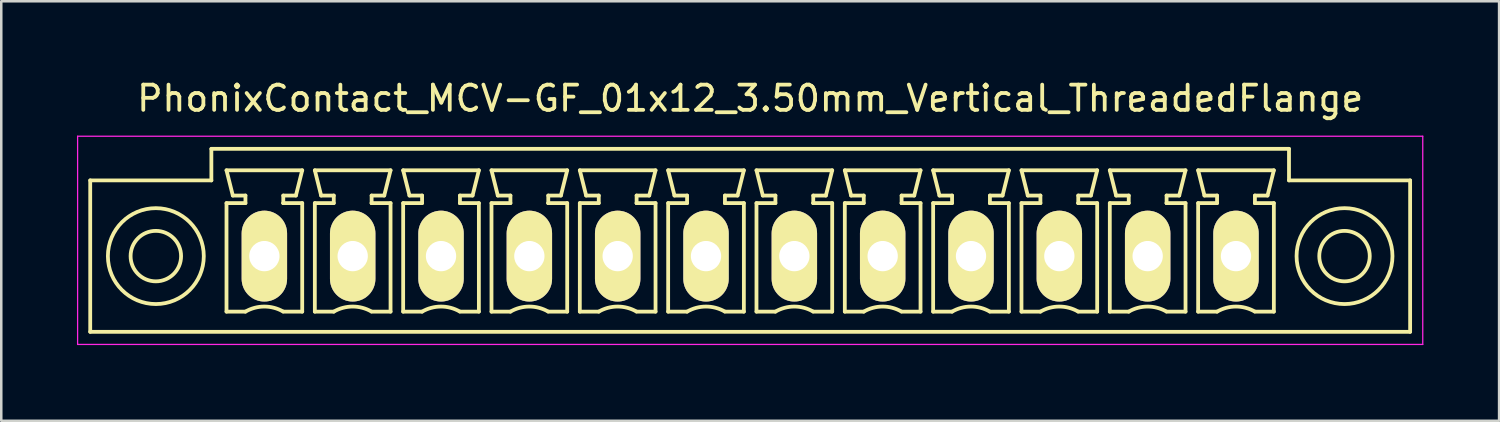
<source format=kicad_pcb>
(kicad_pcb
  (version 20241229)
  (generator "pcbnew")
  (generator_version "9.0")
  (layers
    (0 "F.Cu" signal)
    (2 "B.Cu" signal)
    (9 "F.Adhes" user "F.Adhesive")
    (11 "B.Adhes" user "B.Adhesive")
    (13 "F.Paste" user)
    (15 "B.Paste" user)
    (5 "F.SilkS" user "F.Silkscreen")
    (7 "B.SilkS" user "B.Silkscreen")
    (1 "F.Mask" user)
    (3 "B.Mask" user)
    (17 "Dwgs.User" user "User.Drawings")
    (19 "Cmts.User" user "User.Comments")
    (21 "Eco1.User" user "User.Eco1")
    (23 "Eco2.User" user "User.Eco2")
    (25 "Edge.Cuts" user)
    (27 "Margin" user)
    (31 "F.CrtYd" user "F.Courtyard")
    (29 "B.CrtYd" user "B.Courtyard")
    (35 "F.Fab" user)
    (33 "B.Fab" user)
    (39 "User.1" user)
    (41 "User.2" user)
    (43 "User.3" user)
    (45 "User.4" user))
  (footprint "PhonixContact_MCV-GF_01x12_3.50mm_Vertical_ThreadedFlange"
    (layer "F.Cu")
    (at 7.425 7.098)
    (property "Reference" "PhonixContact_MCV-GF_01x12_3.50mm_Vertical_ThreadedFlange" (at 19.25 -6.25 0) (layer "F.SilkS") (effects (font (size 1 1) (thickness 0.15))))
    (attr through_hole)
    (fp_line (start -6.9 -3) (end -6.9 3) (stroke (width 0.15) (type solid)) (layer "F.SilkS"))
    (fp_line (start -6.9 3) (end 45.4 3) (stroke (width 0.15) (type solid)) (layer "F.SilkS"))
    (fp_line (start -2.1 -4.25) (end -2.1 -3) (stroke (width 0.15) (type solid)) (layer "F.SilkS"))
    (fp_line (start -2.1 -3) (end -6.9 -3) (stroke (width 0.15) (type solid)) (layer "F.SilkS"))
    (fp_line (start -1.5 -3.4) (end 1.5 -3.4) (stroke (width 0.15) (type solid)) (layer "F.SilkS"))
    (fp_line (start -1.5 -2.1) (end -0.75 -2.1) (stroke (width 0.15) (type solid)) (layer "F.SilkS"))
    (fp_line (start -1.5 2.2) (end -1.5 -2.1) (stroke (width 0.15) (type solid)) (layer "F.SilkS"))
    (fp_line (start -1.25 -2.4) (end -1.5 -3.4) (stroke (width 0.15) (type solid)) (layer "F.SilkS"))
    (fp_line (start -0.75 -2.4) (end -1.25 -2.4) (stroke (width 0.15) (type solid)) (layer "F.SilkS"))
    (fp_line (start -0.75 -2.1) (end -0.75 -2.4) (stroke (width 0.15) (type solid)) (layer "F.SilkS"))
    (fp_line (start -0.75 2.2) (end -1.5 2.2) (stroke (width 0.15) (type solid)) (layer "F.SilkS"))
    (fp_line (start 0.75 -2.4) (end 0.75 -2.1) (stroke (width 0.15) (type solid)) (layer "F.SilkS"))
    (fp_line (start 0.75 -2.1) (end 0.75 -2.1) (stroke (width 0.15) (type solid)) (layer "F.SilkS"))
    (fp_line (start 0.75 -2.1) (end 1.5 -2.1) (stroke (width 0.15) (type solid)) (layer "F.SilkS"))
    (fp_line (start 1.25 -2.4) (end 0.75 -2.4) (stroke (width 0.15) (type solid)) (layer "F.SilkS"))
    (fp_line (start 1.5 -3.4) (end 1.25 -2.4) (stroke (width 0.15) (type solid)) (layer "F.SilkS"))
    (fp_line (start 1.5 -2.1) (end 1.5 2.2) (stroke (width 0.15) (type solid)) (layer "F.SilkS"))
    (fp_line (start 1.5 2.2) (end 0.75 2.2) (stroke (width 0.15) (type solid)) (layer "F.SilkS"))
    (fp_line (start 2 -3.4) (end 5 -3.4) (stroke (width 0.15) (type solid)) (layer "F.SilkS"))
    (fp_line (start 2 -2.1) (end 2.75 -2.1) (stroke (width 0.15) (type solid)) (layer "F.SilkS"))
    (fp_line (start 2 2.2) (end 2 -2.1) (stroke (width 0.15) (type solid)) (layer "F.SilkS"))
    (fp_line (start 2.25 -2.4) (end 2 -3.4) (stroke (width 0.15) (type solid)) (layer "F.SilkS"))
    (fp_line (start 2.75 -2.4) (end 2.25 -2.4) (stroke (width 0.15) (type solid)) (layer "F.SilkS"))
    (fp_line (start 2.75 -2.1) (end 2.75 -2.4) (stroke (width 0.15) (type solid)) (layer "F.SilkS"))
    (fp_line (start 2.75 2.2) (end 2 2.2) (stroke (width 0.15) (type solid)) (layer "F.SilkS"))
    (fp_line (start 4.25 -2.4) (end 4.25 -2.1) (stroke (width 0.15) (type solid)) (layer "F.SilkS"))
    (fp_line (start 4.25 -2.1) (end 4.25 -2.1) (stroke (width 0.15) (type solid)) (layer "F.SilkS"))
    (fp_line (start 4.25 -2.1) (end 5 -2.1) (stroke (width 0.15) (type solid)) (layer "F.SilkS"))
    (fp_line (start 4.75 -2.4) (end 4.25 -2.4) (stroke (width 0.15) (type solid)) (layer "F.SilkS"))
    (fp_line (start 5 -3.4) (end 4.75 -2.4) (stroke (width 0.15) (type solid)) (layer "F.SilkS"))
    (fp_line (start 5 -2.1) (end 5 2.2) (stroke (width 0.15) (type solid)) (layer "F.SilkS"))
    (fp_line (start 5 2.2) (end 4.25 2.2) (stroke (width 0.15) (type solid)) (layer "F.SilkS"))
    (fp_line (start 5.5 -3.4) (end 8.5 -3.4) (stroke (width 0.15) (type solid)) (layer "F.SilkS"))
    (fp_line (start 5.5 -2.1) (end 6.25 -2.1) (stroke (width 0.15) (type solid)) (layer "F.SilkS"))
    (fp_line (start 5.5 2.2) (end 5.5 -2.1) (stroke (width 0.15) (type solid)) (layer "F.SilkS"))
    (fp_line (start 5.75 -2.4) (end 5.5 -3.4) (stroke (width 0.15) (type solid)) (layer "F.SilkS"))
    (fp_line (start 6.25 -2.4) (end 5.75 -2.4) (stroke (width 0.15) (type solid)) (layer "F.SilkS"))
    (fp_line (start 6.25 -2.1) (end 6.25 -2.4) (stroke (width 0.15) (type solid)) (layer "F.SilkS"))
    (fp_line (start 6.25 2.2) (end 5.5 2.2) (stroke (width 0.15) (type solid)) (layer "F.SilkS"))
    (fp_line (start 7.75 -2.4) (end 7.75 -2.1) (stroke (width 0.15) (type solid)) (layer "F.SilkS"))
    (fp_line (start 7.75 -2.1) (end 7.75 -2.1) (stroke (width 0.15) (type solid)) (layer "F.SilkS"))
    (fp_line (start 7.75 -2.1) (end 8.5 -2.1) (stroke (width 0.15) (type solid)) (layer "F.SilkS"))
    (fp_line (start 8.25 -2.4) (end 7.75 -2.4) (stroke (width 0.15) (type solid)) (layer "F.SilkS"))
    (fp_line (start 8.5 -3.4) (end 8.25 -2.4) (stroke (width 0.15) (type solid)) (layer "F.SilkS"))
    (fp_line (start 8.5 -2.1) (end 8.5 2.2) (stroke (width 0.15) (type solid)) (layer "F.SilkS"))
    (fp_line (start 8.5 2.2) (end 7.75 2.2) (stroke (width 0.15) (type solid)) (layer "F.SilkS"))
    (fp_line (start 9 -3.4) (end 12 -3.4) (stroke (width 0.15) (type solid)) (layer "F.SilkS"))
    (fp_line (start 9 -2.1) (end 9.75 -2.1) (stroke (width 0.15) (type solid)) (layer "F.SilkS"))
    (fp_line (start 9 2.2) (end 9 -2.1) (stroke (width 0.15) (type solid)) (layer "F.SilkS"))
    (fp_line (start 9.25 -2.4) (end 9 -3.4) (stroke (width 0.15) (type solid)) (layer "F.SilkS"))
    (fp_line (start 9.75 -2.4) (end 9.25 -2.4) (stroke (width 0.15) (type solid)) (layer "F.SilkS"))
    (fp_line (start 9.75 -2.1) (end 9.75 -2.4) (stroke (width 0.15) (type solid)) (layer "F.SilkS"))
    (fp_line (start 9.75 2.2) (end 9 2.2) (stroke (width 0.15) (type solid)) (layer "F.SilkS"))
    (fp_line (start 11.25 -2.4) (end 11.25 -2.1) (stroke (width 0.15) (type solid)) (layer "F.SilkS"))
    (fp_line (start 11.25 -2.1) (end 11.25 -2.1) (stroke (width 0.15) (type solid)) (layer "F.SilkS"))
    (fp_line (start 11.25 -2.1) (end 12 -2.1) (stroke (width 0.15) (type solid)) (layer "F.SilkS"))
    (fp_line (start 11.75 -2.4) (end 11.25 -2.4) (stroke (width 0.15) (type solid)) (layer "F.SilkS"))
    (fp_line (start 12 -3.4) (end 11.75 -2.4) (stroke (width 0.15) (type solid)) (layer "F.SilkS"))
    (fp_line (start 12 -2.1) (end 12 2.2) (stroke (width 0.15) (type solid)) (layer "F.SilkS"))
    (fp_line (start 12 2.2) (end 11.25 2.2) (stroke (width 0.15) (type solid)) (layer "F.SilkS"))
    (fp_line (start 12.5 -3.4) (end 15.5 -3.4) (stroke (width 0.15) (type solid)) (layer "F.SilkS"))
    (fp_line (start 12.5 -2.1) (end 13.25 -2.1) (stroke (width 0.15) (type solid)) (layer "F.SilkS"))
    (fp_line (start 12.5 2.2) (end 12.5 -2.1) (stroke (width 0.15) (type solid)) (layer "F.SilkS"))
    (fp_line (start 12.75 -2.4) (end 12.5 -3.4) (stroke (width 0.15) (type solid)) (layer "F.SilkS"))
    (fp_line (start 13.25 -2.4) (end 12.75 -2.4) (stroke (width 0.15) (type solid)) (layer "F.SilkS"))
    (fp_line (start 13.25 -2.1) (end 13.25 -2.4) (stroke (width 0.15) (type solid)) (layer "F.SilkS"))
    (fp_line (start 13.25 2.2) (end 12.5 2.2) (stroke (width 0.15) (type solid)) (layer "F.SilkS"))
    (fp_line (start 14.75 -2.4) (end 14.75 -2.1) (stroke (width 0.15) (type solid)) (layer "F.SilkS"))
    (fp_line (start 14.75 -2.1) (end 14.75 -2.1) (stroke (width 0.15) (type solid)) (layer "F.SilkS"))
    (fp_line (start 14.75 -2.1) (end 15.5 -2.1) (stroke (width 0.15) (type solid)) (layer "F.SilkS"))
    (fp_line (start 15.25 -2.4) (end 14.75 -2.4) (stroke (width 0.15) (type solid)) (layer "F.SilkS"))
    (fp_line (start 15.5 -3.4) (end 15.25 -2.4) (stroke (width 0.15) (type solid)) (layer "F.SilkS"))
    (fp_line (start 15.5 -2.1) (end 15.5 2.2) (stroke (width 0.15) (type solid)) (layer "F.SilkS"))
    (fp_line (start 15.5 2.2) (end 14.75 2.2) (stroke (width 0.15) (type solid)) (layer "F.SilkS"))
    (fp_line (start 16 -3.4) (end 19 -3.4) (stroke (width 0.15) (type solid)) (layer "F.SilkS"))
    (fp_line (start 16 -2.1) (end 16.75 -2.1) (stroke (width 0.15) (type solid)) (layer "F.SilkS"))
    (fp_line (start 16 2.2) (end 16 -2.1) (stroke (width 0.15) (type solid)) (layer "F.SilkS"))
    (fp_line (start 16.25 -2.4) (end 16 -3.4) (stroke (width 0.15) (type solid)) (layer "F.SilkS"))
    (fp_line (start 16.75 -2.4) (end 16.25 -2.4) (stroke (width 0.15) (type solid)) (layer "F.SilkS"))
    (fp_line (start 16.75 -2.1) (end 16.75 -2.4) (stroke (width 0.15) (type solid)) (layer "F.SilkS"))
    (fp_line (start 16.75 2.2) (end 16 2.2) (stroke (width 0.15) (type solid)) (layer "F.SilkS"))
    (fp_line (start 18.25 -2.4) (end 18.25 -2.1) (stroke (width 0.15) (type solid)) (layer "F.SilkS"))
    (fp_line (start 18.25 -2.1) (end 18.25 -2.1) (stroke (width 0.15) (type solid)) (layer "F.SilkS"))
    (fp_line (start 18.25 -2.1) (end 19 -2.1) (stroke (width 0.15) (type solid)) (layer "F.SilkS"))
    (fp_line (start 18.75 -2.4) (end 18.25 -2.4) (stroke (width 0.15) (type solid)) (layer "F.SilkS"))
    (fp_line (start 19 -3.4) (end 18.75 -2.4) (stroke (width 0.15) (type solid)) (layer "F.SilkS"))
    (fp_line (start 19 -2.1) (end 19 2.2) (stroke (width 0.15) (type solid)) (layer "F.SilkS"))
    (fp_line (start 19 2.2) (end 18.25 2.2) (stroke (width 0.15) (type solid)) (layer "F.SilkS"))
    (fp_line (start 19.5 -3.4) (end 22.5 -3.4) (stroke (width 0.15) (type solid)) (layer "F.SilkS"))
    (fp_line (start 19.5 -2.1) (end 20.25 -2.1) (stroke (width 0.15) (type solid)) (layer "F.SilkS"))
    (fp_line (start 19.5 2.2) (end 19.5 -2.1) (stroke (width 0.15) (type solid)) (layer "F.SilkS"))
    (fp_line (start 19.75 -2.4) (end 19.5 -3.4) (stroke (width 0.15) (type solid)) (layer "F.SilkS"))
    (fp_line (start 20.25 -2.4) (end 19.75 -2.4) (stroke (width 0.15) (type solid)) (layer "F.SilkS"))
    (fp_line (start 20.25 -2.1) (end 20.25 -2.4) (stroke (width 0.15) (type solid)) (layer "F.SilkS"))
    (fp_line (start 20.25 2.2) (end 19.5 2.2) (stroke (width 0.15) (type solid)) (layer "F.SilkS"))
    (fp_line (start 21.75 -2.4) (end 21.75 -2.1) (stroke (width 0.15) (type solid)) (layer "F.SilkS"))
    (fp_line (start 21.75 -2.1) (end 21.75 -2.1) (stroke (width 0.15) (type solid)) (layer "F.SilkS"))
    (fp_line (start 21.75 -2.1) (end 22.5 -2.1) (stroke (width 0.15) (type solid)) (layer "F.SilkS"))
    (fp_line (start 22.25 -2.4) (end 21.75 -2.4) (stroke (width 0.15) (type solid)) (layer "F.SilkS"))
    (fp_line (start 22.5 -3.4) (end 22.25 -2.4) (stroke (width 0.15) (type solid)) (layer "F.SilkS"))
    (fp_line (start 22.5 -2.1) (end 22.5 2.2) (stroke (width 0.15) (type solid)) (layer "F.SilkS"))
    (fp_line (start 22.5 2.2) (end 21.75 2.2) (stroke (width 0.15) (type solid)) (layer "F.SilkS"))
    (fp_line (start 23 -3.4) (end 26 -3.4) (stroke (width 0.15) (type solid)) (layer "F.SilkS"))
    (fp_line (start 23 -2.1) (end 23.75 -2.1) (stroke (width 0.15) (type solid)) (layer "F.SilkS"))
    (fp_line (start 23 2.2) (end 23 -2.1) (stroke (width 0.15) (type solid)) (layer "F.SilkS"))
    (fp_line (start 23.25 -2.4) (end 23 -3.4) (stroke (width 0.15) (type solid)) (layer "F.SilkS"))
    (fp_line (start 23.75 -2.4) (end 23.25 -2.4) (stroke (width 0.15) (type solid)) (layer "F.SilkS"))
    (fp_line (start 23.75 -2.1) (end 23.75 -2.4) (stroke (width 0.15) (type solid)) (layer "F.SilkS"))
    (fp_line (start 23.75 2.2) (end 23 2.2) (stroke (width 0.15) (type solid)) (layer "F.SilkS"))
    (fp_line (start 25.25 -2.4) (end 25.25 -2.1) (stroke (width 0.15) (type solid)) (layer "F.SilkS"))
    (fp_line (start 25.25 -2.1) (end 25.25 -2.1) (stroke (width 0.15) (type solid)) (layer "F.SilkS"))
    (fp_line (start 25.25 -2.1) (end 26 -2.1) (stroke (width 0.15) (type solid)) (layer "F.SilkS"))
    (fp_line (start 25.75 -2.4) (end 25.25 -2.4) (stroke (width 0.15) (type solid)) (layer "F.SilkS"))
    (fp_line (start 26 -3.4) (end 25.75 -2.4) (stroke (width 0.15) (type solid)) (layer "F.SilkS"))
    (fp_line (start 26 -2.1) (end 26 2.2) (stroke (width 0.15) (type solid)) (layer "F.SilkS"))
    (fp_line (start 26 2.2) (end 25.25 2.2) (stroke (width 0.15) (type solid)) (layer "F.SilkS"))
    (fp_line (start 26.5 -3.4) (end 29.5 -3.4) (stroke (width 0.15) (type solid)) (layer "F.SilkS"))
    (fp_line (start 26.5 -2.1) (end 27.25 -2.1) (stroke (width 0.15) (type solid)) (layer "F.SilkS"))
    (fp_line (start 26.5 2.2) (end 26.5 -2.1) (stroke (width 0.15) (type solid)) (layer "F.SilkS"))
    (fp_line (start 26.75 -2.4) (end 26.5 -3.4) (stroke (width 0.15) (type solid)) (layer "F.SilkS"))
    (fp_line (start 27.25 -2.4) (end 26.75 -2.4) (stroke (width 0.15) (type solid)) (layer "F.SilkS"))
    (fp_line (start 27.25 -2.1) (end 27.25 -2.4) (stroke (width 0.15) (type solid)) (layer "F.SilkS"))
    (fp_line (start 27.25 2.2) (end 26.5 2.2) (stroke (width 0.15) (type solid)) (layer "F.SilkS"))
    (fp_line (start 28.75 -2.4) (end 28.75 -2.1) (stroke (width 0.15) (type solid)) (layer "F.SilkS"))
    (fp_line (start 28.75 -2.1) (end 28.75 -2.1) (stroke (width 0.15) (type solid)) (layer "F.SilkS"))
    (fp_line (start 28.75 -2.1) (end 29.5 -2.1) (stroke (width 0.15) (type solid)) (layer "F.SilkS"))
    (fp_line (start 29.25 -2.4) (end 28.75 -2.4) (stroke (width 0.15) (type solid)) (layer "F.SilkS"))
    (fp_line (start 29.5 -3.4) (end 29.25 -2.4) (stroke (width 0.15) (type solid)) (layer "F.SilkS"))
    (fp_line (start 29.5 -2.1) (end 29.5 2.2) (stroke (width 0.15) (type solid)) (layer "F.SilkS"))
    (fp_line (start 29.5 2.2) (end 28.75 2.2) (stroke (width 0.15) (type solid)) (layer "F.SilkS"))
    (fp_line (start 30 -3.4) (end 33 -3.4) (stroke (width 0.15) (type solid)) (layer "F.SilkS"))
    (fp_line (start 30 -2.1) (end 30.75 -2.1) (stroke (width 0.15) (type solid)) (layer "F.SilkS"))
    (fp_line (start 30 2.2) (end 30 -2.1) (stroke (width 0.15) (type solid)) (layer "F.SilkS"))
    (fp_line (start 30.25 -2.4) (end 30 -3.4) (stroke (width 0.15) (type solid)) (layer "F.SilkS"))
    (fp_line (start 30.75 -2.4) (end 30.25 -2.4) (stroke (width 0.15) (type solid)) (layer "F.SilkS"))
    (fp_line (start 30.75 -2.1) (end 30.75 -2.4) (stroke (width 0.15) (type solid)) (layer "F.SilkS"))
    (fp_line (start 30.75 2.2) (end 30 2.2) (stroke (width 0.15) (type solid)) (layer "F.SilkS"))
    (fp_line (start 32.25 -2.4) (end 32.25 -2.1) (stroke (width 0.15) (type solid)) (layer "F.SilkS"))
    (fp_line (start 32.25 -2.1) (end 32.25 -2.1) (stroke (width 0.15) (type solid)) (layer "F.SilkS"))
    (fp_line (start 32.25 -2.1) (end 33 -2.1) (stroke (width 0.15) (type solid)) (layer "F.SilkS"))
    (fp_line (start 32.75 -2.4) (end 32.25 -2.4) (stroke (width 0.15) (type solid)) (layer "F.SilkS"))
    (fp_line (start 33 -3.4) (end 32.75 -2.4) (stroke (width 0.15) (type solid)) (layer "F.SilkS"))
    (fp_line (start 33 -2.1) (end 33 2.2) (stroke (width 0.15) (type solid)) (layer "F.SilkS"))
    (fp_line (start 33 2.2) (end 32.25 2.2) (stroke (width 0.15) (type solid)) (layer "F.SilkS"))
    (fp_line (start 33.5 -3.4) (end 36.5 -3.4) (stroke (width 0.15) (type solid)) (layer "F.SilkS"))
    (fp_line (start 33.5 -2.1) (end 34.25 -2.1) (stroke (width 0.15) (type solid)) (layer "F.SilkS"))
    (fp_line (start 33.5 2.2) (end 33.5 -2.1) (stroke (width 0.15) (type solid)) (layer "F.SilkS"))
    (fp_line (start 33.75 -2.4) (end 33.5 -3.4) (stroke (width 0.15) (type solid)) (layer "F.SilkS"))
    (fp_line (start 34.25 -2.4) (end 33.75 -2.4) (stroke (width 0.15) (type solid)) (layer "F.SilkS"))
    (fp_line (start 34.25 -2.1) (end 34.25 -2.4) (stroke (width 0.15) (type solid)) (layer "F.SilkS"))
    (fp_line (start 34.25 2.2) (end 33.5 2.2) (stroke (width 0.15) (type solid)) (layer "F.SilkS"))
    (fp_line (start 35.75 -2.4) (end 35.75 -2.1) (stroke (width 0.15) (type solid)) (layer "F.SilkS"))
    (fp_line (start 35.75 -2.1) (end 35.75 -2.1) (stroke (width 0.15) (type solid)) (layer "F.SilkS"))
    (fp_line (start 35.75 -2.1) (end 36.5 -2.1) (stroke (width 0.15) (type solid)) (layer "F.SilkS"))
    (fp_line (start 36.25 -2.4) (end 35.75 -2.4) (stroke (width 0.15) (type solid)) (layer "F.SilkS"))
    (fp_line (start 36.5 -3.4) (end 36.25 -2.4) (stroke (width 0.15) (type solid)) (layer "F.SilkS"))
    (fp_line (start 36.5 -2.1) (end 36.5 2.2) (stroke (width 0.15) (type solid)) (layer "F.SilkS"))
    (fp_line (start 36.5 2.2) (end 35.75 2.2) (stroke (width 0.15) (type solid)) (layer "F.SilkS"))
    (fp_line (start 37 -3.4) (end 40 -3.4) (stroke (width 0.15) (type solid)) (layer "F.SilkS"))
    (fp_line (start 37 -2.1) (end 37.75 -2.1) (stroke (width 0.15) (type solid)) (layer "F.SilkS"))
    (fp_line (start 37 2.2) (end 37 -2.1) (stroke (width 0.15) (type solid)) (layer "F.SilkS"))
    (fp_line (start 37.25 -2.4) (end 37 -3.4) (stroke (width 0.15) (type solid)) (layer "F.SilkS"))
    (fp_line (start 37.75 -2.4) (end 37.25 -2.4) (stroke (width 0.15) (type solid)) (layer "F.SilkS"))
    (fp_line (start 37.75 -2.1) (end 37.75 -2.4) (stroke (width 0.15) (type solid)) (layer "F.SilkS"))
    (fp_line (start 37.75 2.2) (end 37 2.2) (stroke (width 0.15) (type solid)) (layer "F.SilkS"))
    (fp_line (start 39.25 -2.4) (end 39.25 -2.1) (stroke (width 0.15) (type solid)) (layer "F.SilkS"))
    (fp_line (start 39.25 -2.1) (end 39.25 -2.1) (stroke (width 0.15) (type solid)) (layer "F.SilkS"))
    (fp_line (start 39.25 -2.1) (end 40 -2.1) (stroke (width 0.15) (type solid)) (layer "F.SilkS"))
    (fp_line (start 39.75 -2.4) (end 39.25 -2.4) (stroke (width 0.15) (type solid)) (layer "F.SilkS"))
    (fp_line (start 40 -3.4) (end 39.75 -2.4) (stroke (width 0.15) (type solid)) (layer "F.SilkS"))
    (fp_line (start 40 -2.1) (end 40 2.2) (stroke (width 0.15) (type solid)) (layer "F.SilkS"))
    (fp_line (start 40 2.2) (end 39.25 2.2) (stroke (width 0.15) (type solid)) (layer "F.SilkS"))
    (fp_line (start 40.6 -4.25) (end -2.1 -4.25) (stroke (width 0.15) (type solid)) (layer "F.SilkS"))
    (fp_line (start 40.6 -3) (end 40.6 -4.25) (stroke (width 0.15) (type solid)) (layer "F.SilkS"))
    (fp_line (start 45.4 -3) (end 40.6 -3) (stroke (width 0.15) (type solid)) (layer "F.SilkS"))
    (fp_line (start 45.4 3) (end 45.4 -3) (stroke (width 0.15) (type solid)) (layer "F.SilkS"))
    (fp_arc (start -0.75 2.2) (mid -0.006068 1.999179) (end 0.739464 2.193978) (stroke (width 0.15) (type solid)) (layer "F.SilkS"))
    (fp_arc (start 2.75 2.2) (mid 3.493932 1.999179) (end 4.239464 2.193978) (stroke (width 0.15) (type solid)) (layer "F.SilkS"))
    (fp_arc (start 6.25 2.2) (mid 6.993932 1.999179) (end 7.739464 2.193978) (stroke (width 0.15) (type solid)) (layer "F.SilkS"))
    (fp_arc (start 9.75 2.2) (mid 10.493932 1.999179) (end 11.239464 2.193978) (stroke (width 0.15) (type solid)) (layer "F.SilkS"))
    (fp_arc (start 13.25 2.2) (mid 13.993932 1.999179) (end 14.739464 2.193978) (stroke (width 0.15) (type solid)) (layer "F.SilkS"))
    (fp_arc (start 16.75 2.2) (mid 17.493932 1.999179) (end 18.239464 2.193978) (stroke (width 0.15) (type solid)) (layer "F.SilkS"))
    (fp_arc (start 20.25 2.2) (mid 20.993932 1.999179) (end 21.739464 2.193978) (stroke (width 0.15) (type solid)) (layer "F.SilkS"))
    (fp_arc (start 23.75 2.2) (mid 24.493932 1.999179) (end 25.239464 2.193978) (stroke (width 0.15) (type solid)) (layer "F.SilkS"))
    (fp_arc (start 27.25 2.2) (mid 27.993932 1.999179) (end 28.739464 2.193978) (stroke (width 0.15) (type solid)) (layer "F.SilkS"))
    (fp_arc (start 30.75 2.2) (mid 31.493932 1.999179) (end 32.239464 2.193978) (stroke (width 0.15) (type solid)) (layer "F.SilkS"))
    (fp_arc (start 34.25 2.2) (mid 34.993932 1.999179) (end 35.739464 2.193978) (stroke (width 0.15) (type solid)) (layer "F.SilkS"))
    (fp_arc (start 37.75 2.2) (mid 38.493932 1.999179) (end 39.239464 2.193978) (stroke (width 0.15) (type solid)) (layer "F.SilkS"))
    (fp_circle (center -4.3 0) (end -3.3 0) (stroke (width 0.15) (type solid)) (fill no) (layer "F.SilkS"))
    (fp_circle (center -4.3 0) (end -2.4 0) (stroke (width 0.15) (type solid)) (fill no) (layer "F.SilkS"))
    (fp_circle (center 42.8 0) (end 43.8 0) (stroke (width 0.15) (type solid)) (fill no) (layer "F.SilkS"))
    (fp_circle (center 42.8 0) (end 44.7 0) (stroke (width 0.15) (type solid)) (fill no) (layer "F.SilkS"))
    (fp_line (start -7.4 -4.75) (end -7.4 3.5) (stroke (width 0.05) (type solid)) (layer "F.CrtYd"))
    (fp_line (start -7.4 3.5) (end 45.9 3.5) (stroke (width 0.05) (type solid)) (layer "F.CrtYd"))
    (fp_line (start 45.9 -4.75) (end -7.4 -4.75) (stroke (width 0.05) (type solid)) (layer "F.CrtYd"))
    (fp_line (start 45.9 3.5) (end 45.9 -4.75) (stroke (width 0.05) (type solid)) (layer "F.CrtYd"))
    (pad "1" thru_hole oval (at 0 0) (size 1.8 3.6) (drill 1.2) (layers "*.Cu" "*.Mask" "F.SilkS"))
    (pad "2" thru_hole oval (at 3.5 0) (size 1.8 3.6) (drill 1.2) (layers "*.Cu" "*.Mask" "F.SilkS"))
    (pad "3" thru_hole oval (at 7 0) (size 1.8 3.6) (drill 1.2) (layers "*.Cu" "*.Mask" "F.SilkS"))
    (pad "4" thru_hole oval (at 10.5 0) (size 1.8 3.6) (drill 1.2) (layers "*.Cu" "*.Mask" "F.SilkS"))
    (pad "5" thru_hole oval (at 14 0) (size 1.8 3.6) (drill 1.2) (layers "*.Cu" "*.Mask" "F.SilkS"))
    (pad "6" thru_hole oval (at 17.5 0) (size 1.8 3.6) (drill 1.2) (layers "*.Cu" "*.Mask" "F.SilkS"))
    (pad "7" thru_hole oval (at 21 0) (size 1.8 3.6) (drill 1.2) (layers "*.Cu" "*.Mask" "F.SilkS"))
    (pad "8" thru_hole oval (at 24.5 0) (size 1.8 3.6) (drill 1.2) (layers "*.Cu" "*.Mask" "F.SilkS"))
    (pad "9" thru_hole oval (at 28 0) (size 1.8 3.6) (drill 1.2) (layers "*.Cu" "*.Mask" "F.SilkS"))
    (pad "10" thru_hole oval (at 31.5 0) (size 1.8 3.6) (drill 1.2) (layers "*.Cu" "*.Mask" "F.SilkS"))
    (pad "11" thru_hole oval (at 35 0) (size 1.8 3.6) (drill 1.2) (layers "*.Cu" "*.Mask" "F.SilkS"))
    (pad "12" thru_hole oval (at 38.5 0) (size 1.8 3.6) (drill 1.2) (layers "*.Cu" "*.Mask" "F.SilkS")))
  (gr_rect
    (start -3 -3)
    (end 56.35 13.623)
    (stroke (width 0.1) (type default))
    (fill no)
    (layer "Edge.Cuts")))
</source>
